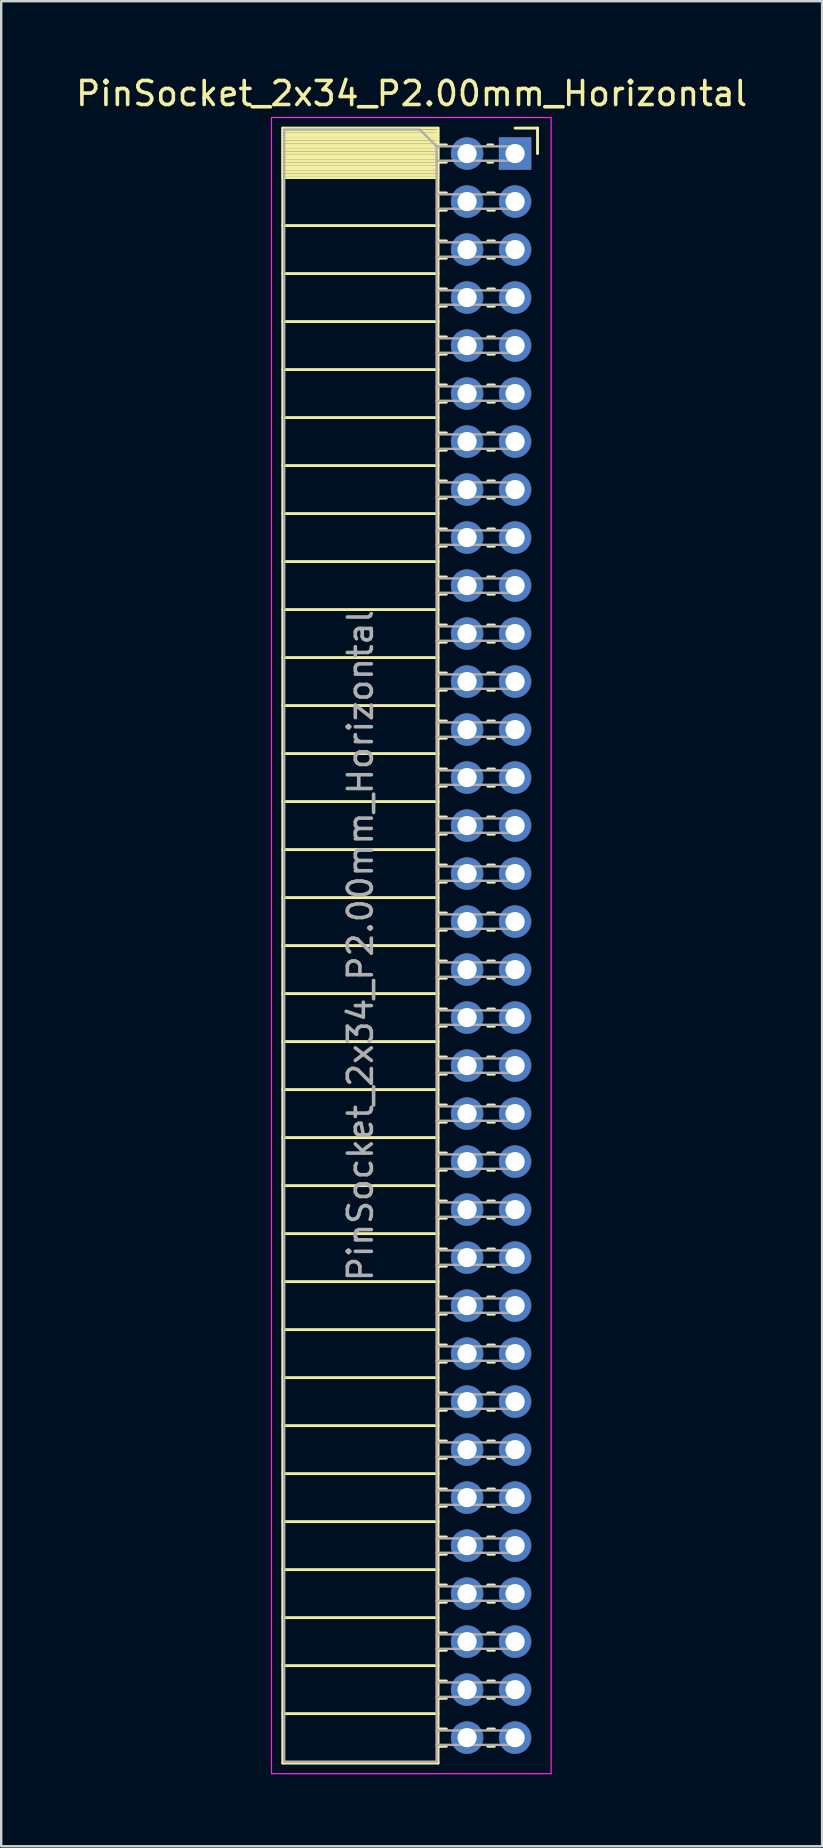
<source format=kicad_pcb>
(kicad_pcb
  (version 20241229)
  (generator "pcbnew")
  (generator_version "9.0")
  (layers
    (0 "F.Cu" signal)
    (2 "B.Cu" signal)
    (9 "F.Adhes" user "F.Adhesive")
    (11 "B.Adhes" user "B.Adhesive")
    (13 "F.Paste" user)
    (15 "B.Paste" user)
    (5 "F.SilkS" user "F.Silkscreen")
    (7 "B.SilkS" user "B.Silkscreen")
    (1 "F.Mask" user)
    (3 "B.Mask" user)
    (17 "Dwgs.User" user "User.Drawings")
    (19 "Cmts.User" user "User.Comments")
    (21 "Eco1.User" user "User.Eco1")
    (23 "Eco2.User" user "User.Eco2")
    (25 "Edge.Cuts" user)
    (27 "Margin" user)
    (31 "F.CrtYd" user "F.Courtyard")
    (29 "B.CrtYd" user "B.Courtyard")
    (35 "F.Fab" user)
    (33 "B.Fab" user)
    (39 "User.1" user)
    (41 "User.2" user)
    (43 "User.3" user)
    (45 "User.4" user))
  (footprint "PinSocket_2x34_P2.00mm_Horizontal"
    (layer "F.Cu")
    (at 18.411 3.348)
    (property "Reference" "PinSocket_2x34_P2.00mm_Horizontal" (at -4.31 -2.5 0) (layer "F.SilkS") (effects (font (size 1 1) (thickness 0.15))))
    (attr through_hole)
    (fp_line (start -9.68 -1.06) (end -9.68 67.06) (stroke (width 0.12) (type solid)) (layer "F.SilkS"))
    (fp_line (start -9.68 -1.06) (end -3.21 -1.06) (stroke (width 0.12) (type solid)) (layer "F.SilkS"))
    (fp_line (start -9.68 -0.94) (end -3.21 -0.94) (stroke (width 0.12) (type solid)) (layer "F.SilkS"))
    (fp_line (start -9.68 -0.826) (end -3.21 -0.826) (stroke (width 0.12) (type solid)) (layer "F.SilkS"))
    (fp_line (start -9.68 -0.712) (end -3.21 -0.712) (stroke (width 0.12) (type solid)) (layer "F.SilkS"))
    (fp_line (start -9.68 -0.598) (end -3.21 -0.598) (stroke (width 0.12) (type solid)) (layer "F.SilkS"))
    (fp_line (start -9.68 -0.484) (end -3.21 -0.484) (stroke (width 0.12) (type solid)) (layer "F.SilkS"))
    (fp_line (start -9.68 -0.369) (end -3.21 -0.369) (stroke (width 0.12) (type solid)) (layer "F.SilkS"))
    (fp_line (start -9.68 -0.255) (end -3.21 -0.255) (stroke (width 0.12) (type solid)) (layer "F.SilkS"))
    (fp_line (start -9.68 -0.141) (end -3.21 -0.141) (stroke (width 0.12) (type solid)) (layer "F.SilkS"))
    (fp_line (start -9.68 -0.027) (end -3.21 -0.027) (stroke (width 0.12) (type solid)) (layer "F.SilkS"))
    (fp_line (start -9.68 0.087) (end -3.21 0.087) (stroke (width 0.12) (type solid)) (layer "F.SilkS"))
    (fp_line (start -9.68 0.201) (end -3.21 0.201) (stroke (width 0.12) (type solid)) (layer "F.SilkS"))
    (fp_line (start -9.68 0.315) (end -3.21 0.315) (stroke (width 0.12) (type solid)) (layer "F.SilkS"))
    (fp_line (start -9.68 0.429) (end -3.21 0.429) (stroke (width 0.12) (type solid)) (layer "F.SilkS"))
    (fp_line (start -9.68 0.544) (end -3.21 0.544) (stroke (width 0.12) (type solid)) (layer "F.SilkS"))
    (fp_line (start -9.68 0.658) (end -3.21 0.658) (stroke (width 0.12) (type solid)) (layer "F.SilkS"))
    (fp_line (start -9.68 0.772) (end -3.21 0.772) (stroke (width 0.12) (type solid)) (layer "F.SilkS"))
    (fp_line (start -9.68 0.886) (end -3.21 0.886) (stroke (width 0.12) (type solid)) (layer "F.SilkS"))
    (fp_line (start -9.68 1) (end -3.21 1) (stroke (width 0.12) (type solid)) (layer "F.SilkS"))
    (fp_line (start -9.68 3) (end -3.21 3) (stroke (width 0.12) (type solid)) (layer "F.SilkS"))
    (fp_line (start -9.68 5) (end -3.21 5) (stroke (width 0.12) (type solid)) (layer "F.SilkS"))
    (fp_line (start -9.68 7) (end -3.21 7) (stroke (width 0.12) (type solid)) (layer "F.SilkS"))
    (fp_line (start -9.68 9) (end -3.21 9) (stroke (width 0.12) (type solid)) (layer "F.SilkS"))
    (fp_line (start -9.68 11) (end -3.21 11) (stroke (width 0.12) (type solid)) (layer "F.SilkS"))
    (fp_line (start -9.68 13) (end -3.21 13) (stroke (width 0.12) (type solid)) (layer "F.SilkS"))
    (fp_line (start -9.68 15) (end -3.21 15) (stroke (width 0.12) (type solid)) (layer "F.SilkS"))
    (fp_line (start -9.68 17) (end -3.21 17) (stroke (width 0.12) (type solid)) (layer "F.SilkS"))
    (fp_line (start -9.68 19) (end -3.21 19) (stroke (width 0.12) (type solid)) (layer "F.SilkS"))
    (fp_line (start -9.68 21) (end -3.21 21) (stroke (width 0.12) (type solid)) (layer "F.SilkS"))
    (fp_line (start -9.68 23) (end -3.21 23) (stroke (width 0.12) (type solid)) (layer "F.SilkS"))
    (fp_line (start -9.68 25) (end -3.21 25) (stroke (width 0.12) (type solid)) (layer "F.SilkS"))
    (fp_line (start -9.68 27) (end -3.21 27) (stroke (width 0.12) (type solid)) (layer "F.SilkS"))
    (fp_line (start -9.68 29) (end -3.21 29) (stroke (width 0.12) (type solid)) (layer "F.SilkS"))
    (fp_line (start -9.68 31) (end -3.21 31) (stroke (width 0.12) (type solid)) (layer "F.SilkS"))
    (fp_line (start -9.68 33) (end -3.21 33) (stroke (width 0.12) (type solid)) (layer "F.SilkS"))
    (fp_line (start -9.68 35) (end -3.21 35) (stroke (width 0.12) (type solid)) (layer "F.SilkS"))
    (fp_line (start -9.68 37) (end -3.21 37) (stroke (width 0.12) (type solid)) (layer "F.SilkS"))
    (fp_line (start -9.68 39) (end -3.21 39) (stroke (width 0.12) (type solid)) (layer "F.SilkS"))
    (fp_line (start -9.68 41) (end -3.21 41) (stroke (width 0.12) (type solid)) (layer "F.SilkS"))
    (fp_line (start -9.68 43) (end -3.21 43) (stroke (width 0.12) (type solid)) (layer "F.SilkS"))
    (fp_line (start -9.68 45) (end -3.21 45) (stroke (width 0.12) (type solid)) (layer "F.SilkS"))
    (fp_line (start -9.68 47) (end -3.21 47) (stroke (width 0.12) (type solid)) (layer "F.SilkS"))
    (fp_line (start -9.68 49) (end -3.21 49) (stroke (width 0.12) (type solid)) (layer "F.SilkS"))
    (fp_line (start -9.68 51) (end -3.21 51) (stroke (width 0.12) (type solid)) (layer "F.SilkS"))
    (fp_line (start -9.68 53) (end -3.21 53) (stroke (width 0.12) (type solid)) (layer "F.SilkS"))
    (fp_line (start -9.68 55) (end -3.21 55) (stroke (width 0.12) (type solid)) (layer "F.SilkS"))
    (fp_line (start -9.68 57) (end -3.21 57) (stroke (width 0.12) (type solid)) (layer "F.SilkS"))
    (fp_line (start -9.68 59) (end -3.21 59) (stroke (width 0.12) (type solid)) (layer "F.SilkS"))
    (fp_line (start -9.68 61) (end -3.21 61) (stroke (width 0.12) (type solid)) (layer "F.SilkS"))
    (fp_line (start -9.68 63) (end -3.21 63) (stroke (width 0.12) (type solid)) (layer "F.SilkS"))
    (fp_line (start -9.68 65) (end -3.21 65) (stroke (width 0.12) (type solid)) (layer "F.SilkS"))
    (fp_line (start -9.68 67.06) (end -3.21 67.06) (stroke (width 0.12) (type solid)) (layer "F.SilkS"))
    (fp_line (start -3.21 -1.06) (end -3.21 67.06) (stroke (width 0.12) (type solid)) (layer "F.SilkS"))
    (fp_line (start -3.21 -0.36) (end -2.863 -0.36) (stroke (width 0.12) (type solid)) (layer "F.SilkS"))
    (fp_line (start -3.21 0.36) (end -2.863 0.36) (stroke (width 0.12) (type solid)) (layer "F.SilkS"))
    (fp_line (start -3.21 1.64) (end -2.863 1.64) (stroke (width 0.12) (type solid)) (layer "F.SilkS"))
    (fp_line (start -3.21 2.36) (end -2.863 2.36) (stroke (width 0.12) (type solid)) (layer "F.SilkS"))
    (fp_line (start -3.21 3.64) (end -2.863 3.64) (stroke (width 0.12) (type solid)) (layer "F.SilkS"))
    (fp_line (start -3.21 4.36) (end -2.863 4.36) (stroke (width 0.12) (type solid)) (layer "F.SilkS"))
    (fp_line (start -3.21 5.64) (end -2.863 5.64) (stroke (width 0.12) (type solid)) (layer "F.SilkS"))
    (fp_line (start -3.21 6.36) (end -2.863 6.36) (stroke (width 0.12) (type solid)) (layer "F.SilkS"))
    (fp_line (start -3.21 7.64) (end -2.863 7.64) (stroke (width 0.12) (type solid)) (layer "F.SilkS"))
    (fp_line (start -3.21 8.36) (end -2.863 8.36) (stroke (width 0.12) (type solid)) (layer "F.SilkS"))
    (fp_line (start -3.21 9.64) (end -2.863 9.64) (stroke (width 0.12) (type solid)) (layer "F.SilkS"))
    (fp_line (start -3.21 10.36) (end -2.863 10.36) (stroke (width 0.12) (type solid)) (layer "F.SilkS"))
    (fp_line (start -3.21 11.64) (end -2.863 11.64) (stroke (width 0.12) (type solid)) (layer "F.SilkS"))
    (fp_line (start -3.21 12.36) (end -2.863 12.36) (stroke (width 0.12) (type solid)) (layer "F.SilkS"))
    (fp_line (start -3.21 13.64) (end -2.863 13.64) (stroke (width 0.12) (type solid)) (layer "F.SilkS"))
    (fp_line (start -3.21 14.36) (end -2.863 14.36) (stroke (width 0.12) (type solid)) (layer "F.SilkS"))
    (fp_line (start -3.21 15.64) (end -2.863 15.64) (stroke (width 0.12) (type solid)) (layer "F.SilkS"))
    (fp_line (start -3.21 16.36) (end -2.863 16.36) (stroke (width 0.12) (type solid)) (layer "F.SilkS"))
    (fp_line (start -3.21 17.64) (end -2.863 17.64) (stroke (width 0.12) (type solid)) (layer "F.SilkS"))
    (fp_line (start -3.21 18.36) (end -2.863 18.36) (stroke (width 0.12) (type solid)) (layer "F.SilkS"))
    (fp_line (start -3.21 19.64) (end -2.863 19.64) (stroke (width 0.12) (type solid)) (layer "F.SilkS"))
    (fp_line (start -3.21 20.36) (end -2.863 20.36) (stroke (width 0.12) (type solid)) (layer "F.SilkS"))
    (fp_line (start -3.21 21.64) (end -2.863 21.64) (stroke (width 0.12) (type solid)) (layer "F.SilkS"))
    (fp_line (start -3.21 22.36) (end -2.863 22.36) (stroke (width 0.12) (type solid)) (layer "F.SilkS"))
    (fp_line (start -3.21 23.64) (end -2.863 23.64) (stroke (width 0.12) (type solid)) (layer "F.SilkS"))
    (fp_line (start -3.21 24.36) (end -2.863 24.36) (stroke (width 0.12) (type solid)) (layer "F.SilkS"))
    (fp_line (start -3.21 25.64) (end -2.863 25.64) (stroke (width 0.12) (type solid)) (layer "F.SilkS"))
    (fp_line (start -3.21 26.36) (end -2.863 26.36) (stroke (width 0.12) (type solid)) (layer "F.SilkS"))
    (fp_line (start -3.21 27.64) (end -2.863 27.64) (stroke (width 0.12) (type solid)) (layer "F.SilkS"))
    (fp_line (start -3.21 28.36) (end -2.863 28.36) (stroke (width 0.12) (type solid)) (layer "F.SilkS"))
    (fp_line (start -3.21 29.64) (end -2.863 29.64) (stroke (width 0.12) (type solid)) (layer "F.SilkS"))
    (fp_line (start -3.21 30.36) (end -2.863 30.36) (stroke (width 0.12) (type solid)) (layer "F.SilkS"))
    (fp_line (start -3.21 31.64) (end -2.863 31.64) (stroke (width 0.12) (type solid)) (layer "F.SilkS"))
    (fp_line (start -3.21 32.36) (end -2.863 32.36) (stroke (width 0.12) (type solid)) (layer "F.SilkS"))
    (fp_line (start -3.21 33.64) (end -2.863 33.64) (stroke (width 0.12) (type solid)) (layer "F.SilkS"))
    (fp_line (start -3.21 34.36) (end -2.863 34.36) (stroke (width 0.12) (type solid)) (layer "F.SilkS"))
    (fp_line (start -3.21 35.64) (end -2.863 35.64) (stroke (width 0.12) (type solid)) (layer "F.SilkS"))
    (fp_line (start -3.21 36.36) (end -2.863 36.36) (stroke (width 0.12) (type solid)) (layer "F.SilkS"))
    (fp_line (start -3.21 37.64) (end -2.863 37.64) (stroke (width 0.12) (type solid)) (layer "F.SilkS"))
    (fp_line (start -3.21 38.36) (end -2.863 38.36) (stroke (width 0.12) (type solid)) (layer "F.SilkS"))
    (fp_line (start -3.21 39.64) (end -2.863 39.64) (stroke (width 0.12) (type solid)) (layer "F.SilkS"))
    (fp_line (start -3.21 40.36) (end -2.863 40.36) (stroke (width 0.12) (type solid)) (layer "F.SilkS"))
    (fp_line (start -3.21 41.64) (end -2.863 41.64) (stroke (width 0.12) (type solid)) (layer "F.SilkS"))
    (fp_line (start -3.21 42.36) (end -2.863 42.36) (stroke (width 0.12) (type solid)) (layer "F.SilkS"))
    (fp_line (start -3.21 43.64) (end -2.863 43.64) (stroke (width 0.12) (type solid)) (layer "F.SilkS"))
    (fp_line (start -3.21 44.36) (end -2.863 44.36) (stroke (width 0.12) (type solid)) (layer "F.SilkS"))
    (fp_line (start -3.21 45.64) (end -2.863 45.64) (stroke (width 0.12) (type solid)) (layer "F.SilkS"))
    (fp_line (start -3.21 46.36) (end -2.863 46.36) (stroke (width 0.12) (type solid)) (layer "F.SilkS"))
    (fp_line (start -3.21 47.64) (end -2.863 47.64) (stroke (width 0.12) (type solid)) (layer "F.SilkS"))
    (fp_line (start -3.21 48.36) (end -2.863 48.36) (stroke (width 0.12) (type solid)) (layer "F.SilkS"))
    (fp_line (start -3.21 49.64) (end -2.863 49.64) (stroke (width 0.12) (type solid)) (layer "F.SilkS"))
    (fp_line (start -3.21 50.36) (end -2.863 50.36) (stroke (width 0.12) (type solid)) (layer "F.SilkS"))
    (fp_line (start -3.21 51.64) (end -2.863 51.64) (stroke (width 0.12) (type solid)) (layer "F.SilkS"))
    (fp_line (start -3.21 52.36) (end -2.863 52.36) (stroke (width 0.12) (type solid)) (layer "F.SilkS"))
    (fp_line (start -3.21 53.64) (end -2.863 53.64) (stroke (width 0.12) (type solid)) (layer "F.SilkS"))
    (fp_line (start -3.21 54.36) (end -2.863 54.36) (stroke (width 0.12) (type solid)) (layer "F.SilkS"))
    (fp_line (start -3.21 55.64) (end -2.863 55.64) (stroke (width 0.12) (type solid)) (layer "F.SilkS"))
    (fp_line (start -3.21 56.36) (end -2.863 56.36) (stroke (width 0.12) (type solid)) (layer "F.SilkS"))
    (fp_line (start -3.21 57.64) (end -2.863 57.64) (stroke (width 0.12) (type solid)) (layer "F.SilkS"))
    (fp_line (start -3.21 58.36) (end -2.863 58.36) (stroke (width 0.12) (type solid)) (layer "F.SilkS"))
    (fp_line (start -3.21 59.64) (end -2.863 59.64) (stroke (width 0.12) (type solid)) (layer "F.SilkS"))
    (fp_line (start -3.21 60.36) (end -2.863 60.36) (stroke (width 0.12) (type solid)) (layer "F.SilkS"))
    (fp_line (start -3.21 61.64) (end -2.863 61.64) (stroke (width 0.12) (type solid)) (layer "F.SilkS"))
    (fp_line (start -3.21 62.36) (end -2.863 62.36) (stroke (width 0.12) (type solid)) (layer "F.SilkS"))
    (fp_line (start -3.21 63.64) (end -2.863 63.64) (stroke (width 0.12) (type solid)) (layer "F.SilkS"))
    (fp_line (start -3.21 64.36) (end -2.863 64.36) (stroke (width 0.12) (type solid)) (layer "F.SilkS"))
    (fp_line (start -3.21 65.64) (end -2.863 65.64) (stroke (width 0.12) (type solid)) (layer "F.SilkS"))
    (fp_line (start -3.21 66.36) (end -2.863 66.36) (stroke (width 0.12) (type solid)) (layer "F.SilkS"))
    (fp_line (start -1.137 -0.36) (end -0.935 -0.36) (stroke (width 0.12) (type solid)) (layer "F.SilkS"))
    (fp_line (start -1.137 0.36) (end -0.935 0.36) (stroke (width 0.12) (type solid)) (layer "F.SilkS"))
    (fp_line (start -1.137 1.64) (end -0.863 1.64) (stroke (width 0.12) (type solid)) (layer "F.SilkS"))
    (fp_line (start -1.137 2.36) (end -0.863 2.36) (stroke (width 0.12) (type solid)) (layer "F.SilkS"))
    (fp_line (start -1.137 3.64) (end -0.863 3.64) (stroke (width 0.12) (type solid)) (layer "F.SilkS"))
    (fp_line (start -1.137 4.36) (end -0.863 4.36) (stroke (width 0.12) (type solid)) (layer "F.SilkS"))
    (fp_line (start -1.137 5.64) (end -0.863 5.64) (stroke (width 0.12) (type solid)) (layer "F.SilkS"))
    (fp_line (start -1.137 6.36) (end -0.863 6.36) (stroke (width 0.12) (type solid)) (layer "F.SilkS"))
    (fp_line (start -1.137 7.64) (end -0.863 7.64) (stroke (width 0.12) (type solid)) (layer "F.SilkS"))
    (fp_line (start -1.137 8.36) (end -0.863 8.36) (stroke (width 0.12) (type solid)) (layer "F.SilkS"))
    (fp_line (start -1.137 9.64) (end -0.863 9.64) (stroke (width 0.12) (type solid)) (layer "F.SilkS"))
    (fp_line (start -1.137 10.36) (end -0.863 10.36) (stroke (width 0.12) (type solid)) (layer "F.SilkS"))
    (fp_line (start -1.137 11.64) (end -0.863 11.64) (stroke (width 0.12) (type solid)) (layer "F.SilkS"))
    (fp_line (start -1.137 12.36) (end -0.863 12.36) (stroke (width 0.12) (type solid)) (layer "F.SilkS"))
    (fp_line (start -1.137 13.64) (end -0.863 13.64) (stroke (width 0.12) (type solid)) (layer "F.SilkS"))
    (fp_line (start -1.137 14.36) (end -0.863 14.36) (stroke (width 0.12) (type solid)) (layer "F.SilkS"))
    (fp_line (start -1.137 15.64) (end -0.863 15.64) (stroke (width 0.12) (type solid)) (layer "F.SilkS"))
    (fp_line (start -1.137 16.36) (end -0.863 16.36) (stroke (width 0.12) (type solid)) (layer "F.SilkS"))
    (fp_line (start -1.137 17.64) (end -0.863 17.64) (stroke (width 0.12) (type solid)) (layer "F.SilkS"))
    (fp_line (start -1.137 18.36) (end -0.863 18.36) (stroke (width 0.12) (type solid)) (layer "F.SilkS"))
    (fp_line (start -1.137 19.64) (end -0.863 19.64) (stroke (width 0.12) (type solid)) (layer "F.SilkS"))
    (fp_line (start -1.137 20.36) (end -0.863 20.36) (stroke (width 0.12) (type solid)) (layer "F.SilkS"))
    (fp_line (start -1.137 21.64) (end -0.863 21.64) (stroke (width 0.12) (type solid)) (layer "F.SilkS"))
    (fp_line (start -1.137 22.36) (end -0.863 22.36) (stroke (width 0.12) (type solid)) (layer "F.SilkS"))
    (fp_line (start -1.137 23.64) (end -0.863 23.64) (stroke (width 0.12) (type solid)) (layer "F.SilkS"))
    (fp_line (start -1.137 24.36) (end -0.863 24.36) (stroke (width 0.12) (type solid)) (layer "F.SilkS"))
    (fp_line (start -1.137 25.64) (end -0.863 25.64) (stroke (width 0.12) (type solid)) (layer "F.SilkS"))
    (fp_line (start -1.137 26.36) (end -0.863 26.36) (stroke (width 0.12) (type solid)) (layer "F.SilkS"))
    (fp_line (start -1.137 27.64) (end -0.863 27.64) (stroke (width 0.12) (type solid)) (layer "F.SilkS"))
    (fp_line (start -1.137 28.36) (end -0.863 28.36) (stroke (width 0.12) (type solid)) (layer "F.SilkS"))
    (fp_line (start -1.137 29.64) (end -0.863 29.64) (stroke (width 0.12) (type solid)) (layer "F.SilkS"))
    (fp_line (start -1.137 30.36) (end -0.863 30.36) (stroke (width 0.12) (type solid)) (layer "F.SilkS"))
    (fp_line (start -1.137 31.64) (end -0.863 31.64) (stroke (width 0.12) (type solid)) (layer "F.SilkS"))
    (fp_line (start -1.137 32.36) (end -0.863 32.36) (stroke (width 0.12) (type solid)) (layer "F.SilkS"))
    (fp_line (start -1.137 33.64) (end -0.863 33.64) (stroke (width 0.12) (type solid)) (layer "F.SilkS"))
    (fp_line (start -1.137 34.36) (end -0.863 34.36) (stroke (width 0.12) (type solid)) (layer "F.SilkS"))
    (fp_line (start -1.137 35.64) (end -0.863 35.64) (stroke (width 0.12) (type solid)) (layer "F.SilkS"))
    (fp_line (start -1.137 36.36) (end -0.863 36.36) (stroke (width 0.12) (type solid)) (layer "F.SilkS"))
    (fp_line (start -1.137 37.64) (end -0.863 37.64) (stroke (width 0.12) (type solid)) (layer "F.SilkS"))
    (fp_line (start -1.137 38.36) (end -0.863 38.36) (stroke (width 0.12) (type solid)) (layer "F.SilkS"))
    (fp_line (start -1.137 39.64) (end -0.863 39.64) (stroke (width 0.12) (type solid)) (layer "F.SilkS"))
    (fp_line (start -1.137 40.36) (end -0.863 40.36) (stroke (width 0.12) (type solid)) (layer "F.SilkS"))
    (fp_line (start -1.137 41.64) (end -0.863 41.64) (stroke (width 0.12) (type solid)) (layer "F.SilkS"))
    (fp_line (start -1.137 42.36) (end -0.863 42.36) (stroke (width 0.12) (type solid)) (layer "F.SilkS"))
    (fp_line (start -1.137 43.64) (end -0.863 43.64) (stroke (width 0.12) (type solid)) (layer "F.SilkS"))
    (fp_line (start -1.137 44.36) (end -0.863 44.36) (stroke (width 0.12) (type solid)) (layer "F.SilkS"))
    (fp_line (start -1.137 45.64) (end -0.863 45.64) (stroke (width 0.12) (type solid)) (layer "F.SilkS"))
    (fp_line (start -1.137 46.36) (end -0.863 46.36) (stroke (width 0.12) (type solid)) (layer "F.SilkS"))
    (fp_line (start -1.137 47.64) (end -0.863 47.64) (stroke (width 0.12) (type solid)) (layer "F.SilkS"))
    (fp_line (start -1.137 48.36) (end -0.863 48.36) (stroke (width 0.12) (type solid)) (layer "F.SilkS"))
    (fp_line (start -1.137 49.64) (end -0.863 49.64) (stroke (width 0.12) (type solid)) (layer "F.SilkS"))
    (fp_line (start -1.137 50.36) (end -0.863 50.36) (stroke (width 0.12) (type solid)) (layer "F.SilkS"))
    (fp_line (start -1.137 51.64) (end -0.863 51.64) (stroke (width 0.12) (type solid)) (layer "F.SilkS"))
    (fp_line (start -1.137 52.36) (end -0.863 52.36) (stroke (width 0.12) (type solid)) (layer "F.SilkS"))
    (fp_line (start -1.137 53.64) (end -0.863 53.64) (stroke (width 0.12) (type solid)) (layer "F.SilkS"))
    (fp_line (start -1.137 54.36) (end -0.863 54.36) (stroke (width 0.12) (type solid)) (layer "F.SilkS"))
    (fp_line (start -1.137 55.64) (end -0.863 55.64) (stroke (width 0.12) (type solid)) (layer "F.SilkS"))
    (fp_line (start -1.137 56.36) (end -0.863 56.36) (stroke (width 0.12) (type solid)) (layer "F.SilkS"))
    (fp_line (start -1.137 57.64) (end -0.863 57.64) (stroke (width 0.12) (type solid)) (layer "F.SilkS"))
    (fp_line (start -1.137 58.36) (end -0.863 58.36) (stroke (width 0.12) (type solid)) (layer "F.SilkS"))
    (fp_line (start -1.137 59.64) (end -0.863 59.64) (stroke (width 0.12) (type solid)) (layer "F.SilkS"))
    (fp_line (start -1.137 60.36) (end -0.863 60.36) (stroke (width 0.12) (type solid)) (layer "F.SilkS"))
    (fp_line (start -1.137 61.64) (end -0.863 61.64) (stroke (width 0.12) (type solid)) (layer "F.SilkS"))
    (fp_line (start -1.137 62.36) (end -0.863 62.36) (stroke (width 0.12) (type solid)) (layer "F.SilkS"))
    (fp_line (start -1.137 63.64) (end -0.863 63.64) (stroke (width 0.12) (type solid)) (layer "F.SilkS"))
    (fp_line (start -1.137 64.36) (end -0.863 64.36) (stroke (width 0.12) (type solid)) (layer "F.SilkS"))
    (fp_line (start -1.137 65.64) (end -0.863 65.64) (stroke (width 0.12) (type solid)) (layer "F.SilkS"))
    (fp_line (start -1.137 66.36) (end -0.863 66.36) (stroke (width 0.12) (type solid)) (layer "F.SilkS"))
    (fp_line (start 0 -1.06) (end 0.935 -1.06) (stroke (width 0.12) (type solid)) (layer "F.SilkS"))
    (fp_line (start 0.935 -1.06) (end 0.935 0) (stroke (width 0.12) (type solid)) (layer "F.SilkS"))
    (fp_line (start -10.15 -1.5) (end -10.15 67.5) (stroke (width 0.05) (type solid)) (layer "F.CrtYd"))
    (fp_line (start -10.15 67.5) (end 1.5 67.5) (stroke (width 0.05) (type solid)) (layer "F.CrtYd"))
    (fp_line (start 1.5 -1.5) (end -10.15 -1.5) (stroke (width 0.05) (type solid)) (layer "F.CrtYd"))
    (fp_line (start 1.5 67.5) (end 1.5 -1.5) (stroke (width 0.05) (type solid)) (layer "F.CrtYd"))
    (fp_line (start -9.62 -1) (end -3.97 -1) (stroke (width 0.1) (type solid)) (layer "F.Fab"))
    (fp_line (start -9.62 67) (end -9.62 -1) (stroke (width 0.1) (type solid)) (layer "F.Fab"))
    (fp_line (start -3.97 -1) (end -3.27 -0.3) (stroke (width 0.1) (type solid)) (layer "F.Fab"))
    (fp_line (start -3.27 -0.3) (end -3.27 67) (stroke (width 0.1) (type solid)) (layer "F.Fab"))
    (fp_line (start -3.27 0.3) (end 0 0.3) (stroke (width 0.1) (type solid)) (layer "F.Fab"))
    (fp_line (start -3.27 2.3) (end 0 2.3) (stroke (width 0.1) (type solid)) (layer "F.Fab"))
    (fp_line (start -3.27 4.3) (end 0 4.3) (stroke (width 0.1) (type solid)) (layer "F.Fab"))
    (fp_line (start -3.27 6.3) (end 0 6.3) (stroke (width 0.1) (type solid)) (layer "F.Fab"))
    (fp_line (start -3.27 8.3) (end 0 8.3) (stroke (width 0.1) (type solid)) (layer "F.Fab"))
    (fp_line (start -3.27 10.3) (end 0 10.3) (stroke (width 0.1) (type solid)) (layer "F.Fab"))
    (fp_line (start -3.27 12.3) (end 0 12.3) (stroke (width 0.1) (type solid)) (layer "F.Fab"))
    (fp_line (start -3.27 14.3) (end 0 14.3) (stroke (width 0.1) (type solid)) (layer "F.Fab"))
    (fp_line (start -3.27 16.3) (end 0 16.3) (stroke (width 0.1) (type solid)) (layer "F.Fab"))
    (fp_line (start -3.27 18.3) (end 0 18.3) (stroke (width 0.1) (type solid)) (layer "F.Fab"))
    (fp_line (start -3.27 20.3) (end 0 20.3) (stroke (width 0.1) (type solid)) (layer "F.Fab"))
    (fp_line (start -3.27 22.3) (end 0 22.3) (stroke (width 0.1) (type solid)) (layer "F.Fab"))
    (fp_line (start -3.27 24.3) (end 0 24.3) (stroke (width 0.1) (type solid)) (layer "F.Fab"))
    (fp_line (start -3.27 26.3) (end 0 26.3) (stroke (width 0.1) (type solid)) (layer "F.Fab"))
    (fp_line (start -3.27 28.3) (end 0 28.3) (stroke (width 0.1) (type solid)) (layer "F.Fab"))
    (fp_line (start -3.27 30.3) (end 0 30.3) (stroke (width 0.1) (type solid)) (layer "F.Fab"))
    (fp_line (start -3.27 32.3) (end 0 32.3) (stroke (width 0.1) (type solid)) (layer "F.Fab"))
    (fp_line (start -3.27 34.3) (end 0 34.3) (stroke (width 0.1) (type solid)) (layer "F.Fab"))
    (fp_line (start -3.27 36.3) (end 0 36.3) (stroke (width 0.1) (type solid)) (layer "F.Fab"))
    (fp_line (start -3.27 38.3) (end 0 38.3) (stroke (width 0.1) (type solid)) (layer "F.Fab"))
    (fp_line (start -3.27 40.3) (end 0 40.3) (stroke (width 0.1) (type solid)) (layer "F.Fab"))
    (fp_line (start -3.27 42.3) (end 0 42.3) (stroke (width 0.1) (type solid)) (layer "F.Fab"))
    (fp_line (start -3.27 44.3) (end 0 44.3) (stroke (width 0.1) (type solid)) (layer "F.Fab"))
    (fp_line (start -3.27 46.3) (end 0 46.3) (stroke (width 0.1) (type solid)) (layer "F.Fab"))
    (fp_line (start -3.27 48.3) (end 0 48.3) (stroke (width 0.1) (type solid)) (layer "F.Fab"))
    (fp_line (start -3.27 50.3) (end 0 50.3) (stroke (width 0.1) (type solid)) (layer "F.Fab"))
    (fp_line (start -3.27 52.3) (end 0 52.3) (stroke (width 0.1) (type solid)) (layer "F.Fab"))
    (fp_line (start -3.27 54.3) (end 0 54.3) (stroke (width 0.1) (type solid)) (layer "F.Fab"))
    (fp_line (start -3.27 56.3) (end 0 56.3) (stroke (width 0.1) (type solid)) (layer "F.Fab"))
    (fp_line (start -3.27 58.3) (end 0 58.3) (stroke (width 0.1) (type solid)) (layer "F.Fab"))
    (fp_line (start -3.27 60.3) (end 0 60.3) (stroke (width 0.1) (type solid)) (layer "F.Fab"))
    (fp_line (start -3.27 62.3) (end 0 62.3) (stroke (width 0.1) (type solid)) (layer "F.Fab"))
    (fp_line (start -3.27 64.3) (end 0 64.3) (stroke (width 0.1) (type solid)) (layer "F.Fab"))
    (fp_line (start -3.27 66.3) (end 0 66.3) (stroke (width 0.1) (type solid)) (layer "F.Fab"))
    (fp_line (start -3.27 67) (end -9.62 67) (stroke (width 0.1) (type solid)) (layer "F.Fab"))
    (fp_line (start 0 -0.3) (end -3.27 -0.3) (stroke (width 0.1) (type solid)) (layer "F.Fab"))
    (fp_line (start 0 0.3) (end 0 -0.3) (stroke (width 0.1) (type solid)) (layer "F.Fab"))
    (fp_line (start 0 1.7) (end -3.27 1.7) (stroke (width 0.1) (type solid)) (layer "F.Fab"))
    (fp_line (start 0 2.3) (end 0 1.7) (stroke (width 0.1) (type solid)) (layer "F.Fab"))
    (fp_line (start 0 3.7) (end -3.27 3.7) (stroke (width 0.1) (type solid)) (layer "F.Fab"))
    (fp_line (start 0 4.3) (end 0 3.7) (stroke (width 0.1) (type solid)) (layer "F.Fab"))
    (fp_line (start 0 5.7) (end -3.27 5.7) (stroke (width 0.1) (type solid)) (layer "F.Fab"))
    (fp_line (start 0 6.3) (end 0 5.7) (stroke (width 0.1) (type solid)) (layer "F.Fab"))
    (fp_line (start 0 7.7) (end -3.27 7.7) (stroke (width 0.1) (type solid)) (layer "F.Fab"))
    (fp_line (start 0 8.3) (end 0 7.7) (stroke (width 0.1) (type solid)) (layer "F.Fab"))
    (fp_line (start 0 9.7) (end -3.27 9.7) (stroke (width 0.1) (type solid)) (layer "F.Fab"))
    (fp_line (start 0 10.3) (end 0 9.7) (stroke (width 0.1) (type solid)) (layer "F.Fab"))
    (fp_line (start 0 11.7) (end -3.27 11.7) (stroke (width 0.1) (type solid)) (layer "F.Fab"))
    (fp_line (start 0 12.3) (end 0 11.7) (stroke (width 0.1) (type solid)) (layer "F.Fab"))
    (fp_line (start 0 13.7) (end -3.27 13.7) (stroke (width 0.1) (type solid)) (layer "F.Fab"))
    (fp_line (start 0 14.3) (end 0 13.7) (stroke (width 0.1) (type solid)) (layer "F.Fab"))
    (fp_line (start 0 15.7) (end -3.27 15.7) (stroke (width 0.1) (type solid)) (layer "F.Fab"))
    (fp_line (start 0 16.3) (end 0 15.7) (stroke (width 0.1) (type solid)) (layer "F.Fab"))
    (fp_line (start 0 17.7) (end -3.27 17.7) (stroke (width 0.1) (type solid)) (layer "F.Fab"))
    (fp_line (start 0 18.3) (end 0 17.7) (stroke (width 0.1) (type solid)) (layer "F.Fab"))
    (fp_line (start 0 19.7) (end -3.27 19.7) (stroke (width 0.1) (type solid)) (layer "F.Fab"))
    (fp_line (start 0 20.3) (end 0 19.7) (stroke (width 0.1) (type solid)) (layer "F.Fab"))
    (fp_line (start 0 21.7) (end -3.27 21.7) (stroke (width 0.1) (type solid)) (layer "F.Fab"))
    (fp_line (start 0 22.3) (end 0 21.7) (stroke (width 0.1) (type solid)) (layer "F.Fab"))
    (fp_line (start 0 23.7) (end -3.27 23.7) (stroke (width 0.1) (type solid)) (layer "F.Fab"))
    (fp_line (start 0 24.3) (end 0 23.7) (stroke (width 0.1) (type solid)) (layer "F.Fab"))
    (fp_line (start 0 25.7) (end -3.27 25.7) (stroke (width 0.1) (type solid)) (layer "F.Fab"))
    (fp_line (start 0 26.3) (end 0 25.7) (stroke (width 0.1) (type solid)) (layer "F.Fab"))
    (fp_line (start 0 27.7) (end -3.27 27.7) (stroke (width 0.1) (type solid)) (layer "F.Fab"))
    (fp_line (start 0 28.3) (end 0 27.7) (stroke (width 0.1) (type solid)) (layer "F.Fab"))
    (fp_line (start 0 29.7) (end -3.27 29.7) (stroke (width 0.1) (type solid)) (layer "F.Fab"))
    (fp_line (start 0 30.3) (end 0 29.7) (stroke (width 0.1) (type solid)) (layer "F.Fab"))
    (fp_line (start 0 31.7) (end -3.27 31.7) (stroke (width 0.1) (type solid)) (layer "F.Fab"))
    (fp_line (start 0 32.3) (end 0 31.7) (stroke (width 0.1) (type solid)) (layer "F.Fab"))
    (fp_line (start 0 33.7) (end -3.27 33.7) (stroke (width 0.1) (type solid)) (layer "F.Fab"))
    (fp_line (start 0 34.3) (end 0 33.7) (stroke (width 0.1) (type solid)) (layer "F.Fab"))
    (fp_line (start 0 35.7) (end -3.27 35.7) (stroke (width 0.1) (type solid)) (layer "F.Fab"))
    (fp_line (start 0 36.3) (end 0 35.7) (stroke (width 0.1) (type solid)) (layer "F.Fab"))
    (fp_line (start 0 37.7) (end -3.27 37.7) (stroke (width 0.1) (type solid)) (layer "F.Fab"))
    (fp_line (start 0 38.3) (end 0 37.7) (stroke (width 0.1) (type solid)) (layer "F.Fab"))
    (fp_line (start 0 39.7) (end -3.27 39.7) (stroke (width 0.1) (type solid)) (layer "F.Fab"))
    (fp_line (start 0 40.3) (end 0 39.7) (stroke (width 0.1) (type solid)) (layer "F.Fab"))
    (fp_line (start 0 41.7) (end -3.27 41.7) (stroke (width 0.1) (type solid)) (layer "F.Fab"))
    (fp_line (start 0 42.3) (end 0 41.7) (stroke (width 0.1) (type solid)) (layer "F.Fab"))
    (fp_line (start 0 43.7) (end -3.27 43.7) (stroke (width 0.1) (type solid)) (layer "F.Fab"))
    (fp_line (start 0 44.3) (end 0 43.7) (stroke (width 0.1) (type solid)) (layer "F.Fab"))
    (fp_line (start 0 45.7) (end -3.27 45.7) (stroke (width 0.1) (type solid)) (layer "F.Fab"))
    (fp_line (start 0 46.3) (end 0 45.7) (stroke (width 0.1) (type solid)) (layer "F.Fab"))
    (fp_line (start 0 47.7) (end -3.27 47.7) (stroke (width 0.1) (type solid)) (layer "F.Fab"))
    (fp_line (start 0 48.3) (end 0 47.7) (stroke (width 0.1) (type solid)) (layer "F.Fab"))
    (fp_line (start 0 49.7) (end -3.27 49.7) (stroke (width 0.1) (type solid)) (layer "F.Fab"))
    (fp_line (start 0 50.3) (end 0 49.7) (stroke (width 0.1) (type solid)) (layer "F.Fab"))
    (fp_line (start 0 51.7) (end -3.27 51.7) (stroke (width 0.1) (type solid)) (layer "F.Fab"))
    (fp_line (start 0 52.3) (end 0 51.7) (stroke (width 0.1) (type solid)) (layer "F.Fab"))
    (fp_line (start 0 53.7) (end -3.27 53.7) (stroke (width 0.1) (type solid)) (layer "F.Fab"))
    (fp_line (start 0 54.3) (end 0 53.7) (stroke (width 0.1) (type solid)) (layer "F.Fab"))
    (fp_line (start 0 55.7) (end -3.27 55.7) (stroke (width 0.1) (type solid)) (layer "F.Fab"))
    (fp_line (start 0 56.3) (end 0 55.7) (stroke (width 0.1) (type solid)) (layer "F.Fab"))
    (fp_line (start 0 57.7) (end -3.27 57.7) (stroke (width 0.1) (type solid)) (layer "F.Fab"))
    (fp_line (start 0 58.3) (end 0 57.7) (stroke (width 0.1) (type solid)) (layer "F.Fab"))
    (fp_line (start 0 59.7) (end -3.27 59.7) (stroke (width 0.1) (type solid)) (layer "F.Fab"))
    (fp_line (start 0 60.3) (end 0 59.7) (stroke (width 0.1) (type solid)) (layer "F.Fab"))
    (fp_line (start 0 61.7) (end -3.27 61.7) (stroke (width 0.1) (type solid)) (layer "F.Fab"))
    (fp_line (start 0 62.3) (end 0 61.7) (stroke (width 0.1) (type solid)) (layer "F.Fab"))
    (fp_line (start 0 63.7) (end -3.27 63.7) (stroke (width 0.1) (type solid)) (layer "F.Fab"))
    (fp_line (start 0 64.3) (end 0 63.7) (stroke (width 0.1) (type solid)) (layer "F.Fab"))
    (fp_line (start 0 65.7) (end -3.27 65.7) (stroke (width 0.1) (type solid)) (layer "F.Fab"))
    (fp_line (start 0 66.3) (end 0 65.7) (stroke (width 0.1) (type solid)) (layer "F.Fab"))
    (fp_text user "${REFERENCE}" (at -6.445 33 90) (layer "F.Fab") (effects (font (size 1 1) (thickness 0.15))))
    (pad "1" thru_hole rect (at 0 0) (size 1.35 1.35) (drill 0.8) (layers "*.Cu" "*.Mask"))
    (pad "2" thru_hole circle (at -2 0) (size 1.35 1.35) (drill 0.8) (layers "*.Cu" "*.Mask"))
    (pad "3" thru_hole circle (at 0 2) (size 1.35 1.35) (drill 0.8) (layers "*.Cu" "*.Mask"))
    (pad "4" thru_hole circle (at -2 2) (size 1.35 1.35) (drill 0.8) (layers "*.Cu" "*.Mask"))
    (pad "5" thru_hole circle (at 0 4) (size 1.35 1.35) (drill 0.8) (layers "*.Cu" "*.Mask"))
    (pad "6" thru_hole circle (at -2 4) (size 1.35 1.35) (drill 0.8) (layers "*.Cu" "*.Mask"))
    (pad "7" thru_hole circle (at 0 6) (size 1.35 1.35) (drill 0.8) (layers "*.Cu" "*.Mask"))
    (pad "8" thru_hole circle (at -2 6) (size 1.35 1.35) (drill 0.8) (layers "*.Cu" "*.Mask"))
    (pad "9" thru_hole circle (at 0 8) (size 1.35 1.35) (drill 0.8) (layers "*.Cu" "*.Mask"))
    (pad "10" thru_hole circle (at -2 8) (size 1.35 1.35) (drill 0.8) (layers "*.Cu" "*.Mask"))
    (pad "11" thru_hole circle (at 0 10) (size 1.35 1.35) (drill 0.8) (layers "*.Cu" "*.Mask"))
    (pad "12" thru_hole circle (at -2 10) (size 1.35 1.35) (drill 0.8) (layers "*.Cu" "*.Mask"))
    (pad "13" thru_hole circle (at 0 12) (size 1.35 1.35) (drill 0.8) (layers "*.Cu" "*.Mask"))
    (pad "14" thru_hole circle (at -2 12) (size 1.35 1.35) (drill 0.8) (layers "*.Cu" "*.Mask"))
    (pad "15" thru_hole circle (at 0 14) (size 1.35 1.35) (drill 0.8) (layers "*.Cu" "*.Mask"))
    (pad "16" thru_hole circle (at -2 14) (size 1.35 1.35) (drill 0.8) (layers "*.Cu" "*.Mask"))
    (pad "17" thru_hole circle (at 0 16) (size 1.35 1.35) (drill 0.8) (layers "*.Cu" "*.Mask"))
    (pad "18" thru_hole circle (at -2 16) (size 1.35 1.35) (drill 0.8) (layers "*.Cu" "*.Mask"))
    (pad "19" thru_hole circle (at 0 18) (size 1.35 1.35) (drill 0.8) (layers "*.Cu" "*.Mask"))
    (pad "20" thru_hole circle (at -2 18) (size 1.35 1.35) (drill 0.8) (layers "*.Cu" "*.Mask"))
    (pad "21" thru_hole circle (at 0 20) (size 1.35 1.35) (drill 0.8) (layers "*.Cu" "*.Mask"))
    (pad "22" thru_hole circle (at -2 20) (size 1.35 1.35) (drill 0.8) (layers "*.Cu" "*.Mask"))
    (pad "23" thru_hole circle (at 0 22) (size 1.35 1.35) (drill 0.8) (layers "*.Cu" "*.Mask"))
    (pad "24" thru_hole circle (at -2 22) (size 1.35 1.35) (drill 0.8) (layers "*.Cu" "*.Mask"))
    (pad "25" thru_hole circle (at 0 24) (size 1.35 1.35) (drill 0.8) (layers "*.Cu" "*.Mask"))
    (pad "26" thru_hole circle (at -2 24) (size 1.35 1.35) (drill 0.8) (layers "*.Cu" "*.Mask"))
    (pad "27" thru_hole circle (at 0 26) (size 1.35 1.35) (drill 0.8) (layers "*.Cu" "*.Mask"))
    (pad "28" thru_hole circle (at -2 26) (size 1.35 1.35) (drill 0.8) (layers "*.Cu" "*.Mask"))
    (pad "29" thru_hole circle (at 0 28) (size 1.35 1.35) (drill 0.8) (layers "*.Cu" "*.Mask"))
    (pad "30" thru_hole circle (at -2 28) (size 1.35 1.35) (drill 0.8) (layers "*.Cu" "*.Mask"))
    (pad "31" thru_hole circle (at 0 30) (size 1.35 1.35) (drill 0.8) (layers "*.Cu" "*.Mask"))
    (pad "32" thru_hole circle (at -2 30) (size 1.35 1.35) (drill 0.8) (layers "*.Cu" "*.Mask"))
    (pad "33" thru_hole circle (at 0 32) (size 1.35 1.35) (drill 0.8) (layers "*.Cu" "*.Mask"))
    (pad "34" thru_hole circle (at -2 32) (size 1.35 1.35) (drill 0.8) (layers "*.Cu" "*.Mask"))
    (pad "35" thru_hole circle (at 0 34) (size 1.35 1.35) (drill 0.8) (layers "*.Cu" "*.Mask"))
    (pad "36" thru_hole circle (at -2 34) (size 1.35 1.35) (drill 0.8) (layers "*.Cu" "*.Mask"))
    (pad "37" thru_hole circle (at 0 36) (size 1.35 1.35) (drill 0.8) (layers "*.Cu" "*.Mask"))
    (pad "38" thru_hole circle (at -2 36) (size 1.35 1.35) (drill 0.8) (layers "*.Cu" "*.Mask"))
    (pad "39" thru_hole circle (at 0 38) (size 1.35 1.35) (drill 0.8) (layers "*.Cu" "*.Mask"))
    (pad "40" thru_hole circle (at -2 38) (size 1.35 1.35) (drill 0.8) (layers "*.Cu" "*.Mask"))
    (pad "41" thru_hole circle (at 0 40) (size 1.35 1.35) (drill 0.8) (layers "*.Cu" "*.Mask"))
    (pad "42" thru_hole circle (at -2 40) (size 1.35 1.35) (drill 0.8) (layers "*.Cu" "*.Mask"))
    (pad "43" thru_hole circle (at 0 42) (size 1.35 1.35) (drill 0.8) (layers "*.Cu" "*.Mask"))
    (pad "44" thru_hole circle (at -2 42) (size 1.35 1.35) (drill 0.8) (layers "*.Cu" "*.Mask"))
    (pad "45" thru_hole circle (at 0 44) (size 1.35 1.35) (drill 0.8) (layers "*.Cu" "*.Mask"))
    (pad "46" thru_hole circle (at -2 44) (size 1.35 1.35) (drill 0.8) (layers "*.Cu" "*.Mask"))
    (pad "47" thru_hole circle (at 0 46) (size 1.35 1.35) (drill 0.8) (layers "*.Cu" "*.Mask"))
    (pad "48" thru_hole circle (at -2 46) (size 1.35 1.35) (drill 0.8) (layers "*.Cu" "*.Mask"))
    (pad "49" thru_hole circle (at 0 48) (size 1.35 1.35) (drill 0.8) (layers "*.Cu" "*.Mask"))
    (pad "50" thru_hole circle (at -2 48) (size 1.35 1.35) (drill 0.8) (layers "*.Cu" "*.Mask"))
    (pad "51" thru_hole circle (at 0 50) (size 1.35 1.35) (drill 0.8) (layers "*.Cu" "*.Mask"))
    (pad "52" thru_hole circle (at -2 50) (size 1.35 1.35) (drill 0.8) (layers "*.Cu" "*.Mask"))
    (pad "53" thru_hole circle (at 0 52) (size 1.35 1.35) (drill 0.8) (layers "*.Cu" "*.Mask"))
    (pad "54" thru_hole circle (at -2 52) (size 1.35 1.35) (drill 0.8) (layers "*.Cu" "*.Mask"))
    (pad "55" thru_hole circle (at 0 54) (size 1.35 1.35) (drill 0.8) (layers "*.Cu" "*.Mask"))
    (pad "56" thru_hole circle (at -2 54) (size 1.35 1.35) (drill 0.8) (layers "*.Cu" "*.Mask"))
    (pad "57" thru_hole circle (at 0 56) (size 1.35 1.35) (drill 0.8) (layers "*.Cu" "*.Mask"))
    (pad "58" thru_hole circle (at -2 56) (size 1.35 1.35) (drill 0.8) (layers "*.Cu" "*.Mask"))
    (pad "59" thru_hole circle (at 0 58) (size 1.35 1.35) (drill 0.8) (layers "*.Cu" "*.Mask"))
    (pad "60" thru_hole circle (at -2 58) (size 1.35 1.35) (drill 0.8) (layers "*.Cu" "*.Mask"))
    (pad "61" thru_hole circle (at 0 60) (size 1.35 1.35) (drill 0.8) (layers "*.Cu" "*.Mask"))
    (pad "62" thru_hole circle (at -2 60) (size 1.35 1.35) (drill 0.8) (layers "*.Cu" "*.Mask"))
    (pad "63" thru_hole circle (at 0 62) (size 1.35 1.35) (drill 0.8) (layers "*.Cu" "*.Mask"))
    (pad "64" thru_hole circle (at -2 62) (size 1.35 1.35) (drill 0.8) (layers "*.Cu" "*.Mask"))
    (pad "65" thru_hole circle (at 0 64) (size 1.35 1.35) (drill 0.8) (layers "*.Cu" "*.Mask"))
    (pad "66" thru_hole circle (at -2 64) (size 1.35 1.35) (drill 0.8) (layers "*.Cu" "*.Mask"))
    (pad "67" thru_hole circle (at 0 66) (size 1.35 1.35) (drill 0.8) (layers "*.Cu" "*.Mask"))
    (pad "68" thru_hole circle (at -2 66) (size 1.35 1.35) (drill 0.8) (layers "*.Cu" "*.Mask")))
  (gr_rect
    (start -3 -3)
    (end 31.202 73.873)
    (stroke (width 0.1) (type default))
    (fill no)
    (layer "Edge.Cuts")))
</source>
